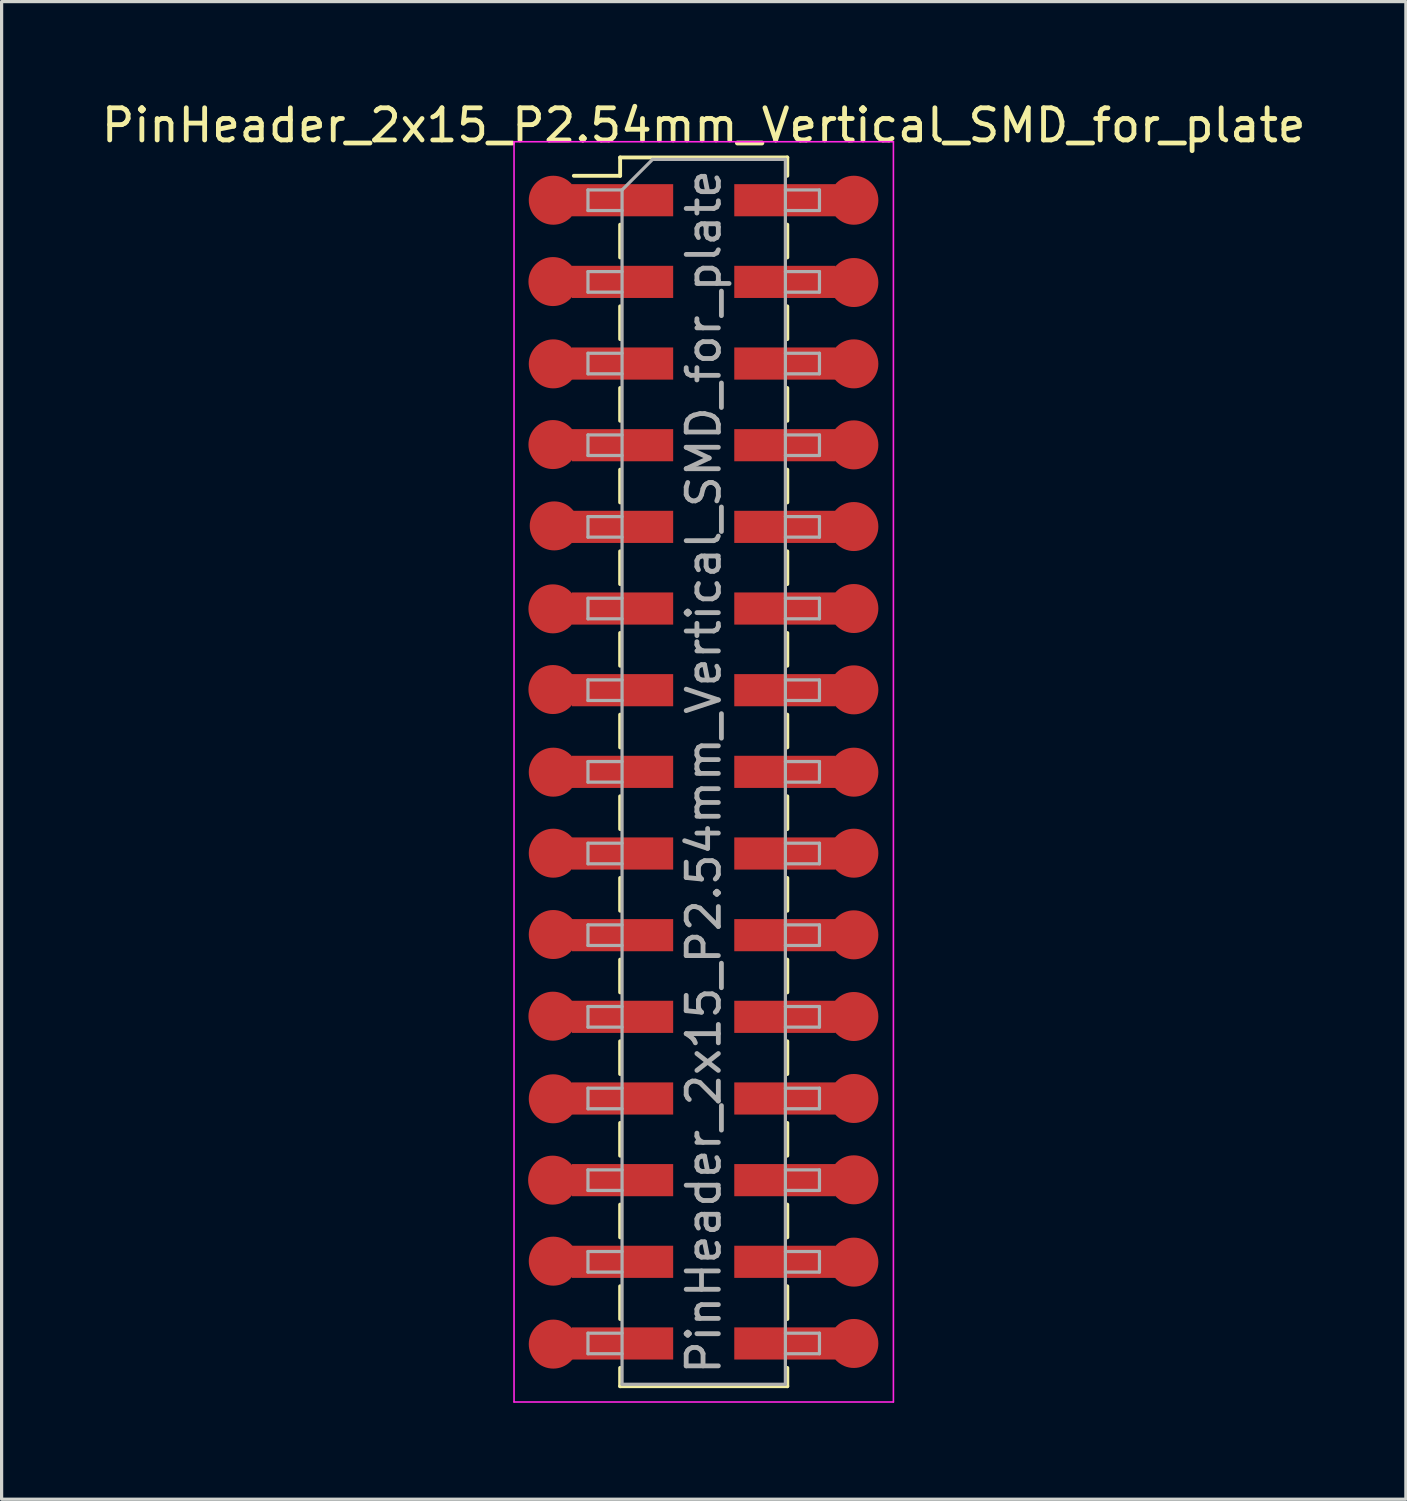
<source format=kicad_pcb>
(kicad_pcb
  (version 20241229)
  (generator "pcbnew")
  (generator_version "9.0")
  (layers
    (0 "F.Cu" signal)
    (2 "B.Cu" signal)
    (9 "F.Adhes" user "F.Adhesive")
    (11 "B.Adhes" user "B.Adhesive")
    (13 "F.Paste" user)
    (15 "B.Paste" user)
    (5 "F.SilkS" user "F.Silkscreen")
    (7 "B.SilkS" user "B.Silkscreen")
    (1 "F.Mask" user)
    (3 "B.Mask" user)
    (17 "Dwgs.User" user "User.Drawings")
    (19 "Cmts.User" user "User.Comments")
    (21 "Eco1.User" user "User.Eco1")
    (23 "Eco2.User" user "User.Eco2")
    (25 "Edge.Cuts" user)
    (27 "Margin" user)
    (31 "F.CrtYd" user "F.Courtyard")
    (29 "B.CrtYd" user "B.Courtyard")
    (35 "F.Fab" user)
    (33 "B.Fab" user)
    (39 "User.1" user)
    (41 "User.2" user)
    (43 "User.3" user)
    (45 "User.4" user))
  (footprint "PinHeader_2x15_P2.54mm_Vertical_SMD_for_plate"
    (layer "F.Cu")
    (at 18.839 20.958)
    (property "Reference" "PinHeader_2x15_P2.54mm_Vertical_SMD_for_plate" (at 0 -20.11 0) (layer "F.SilkS") (effects (font (size 1 1) (thickness 0.15))))
    (attr smd)
    (fp_line (start -4.04 -18.54) (end -2.6 -18.54) (stroke (width 0.12) (type solid)) (layer "F.SilkS"))
    (fp_line (start -2.6 -19.11) (end -2.6 -18.54) (stroke (width 0.12) (type solid)) (layer "F.SilkS"))
    (fp_line (start -2.6 -19.11) (end 2.6 -19.11) (stroke (width 0.12) (type solid)) (layer "F.SilkS"))
    (fp_line (start -2.6 -17.02) (end -2.6 -16) (stroke (width 0.12) (type solid)) (layer "F.SilkS"))
    (fp_line (start -2.6 -14.48) (end -2.6 -13.46) (stroke (width 0.12) (type solid)) (layer "F.SilkS"))
    (fp_line (start -2.6 -11.94) (end -2.6 -10.92) (stroke (width 0.12) (type solid)) (layer "F.SilkS"))
    (fp_line (start -2.6 -9.4) (end -2.6 -8.38) (stroke (width 0.12) (type solid)) (layer "F.SilkS"))
    (fp_line (start -2.6 -6.86) (end -2.6 -5.84) (stroke (width 0.12) (type solid)) (layer "F.SilkS"))
    (fp_line (start -2.6 -4.32) (end -2.6 -3.3) (stroke (width 0.12) (type solid)) (layer "F.SilkS"))
    (fp_line (start -2.6 -1.78) (end -2.6 -0.76) (stroke (width 0.12) (type solid)) (layer "F.SilkS"))
    (fp_line (start -2.6 0.76) (end -2.6 1.78) (stroke (width 0.12) (type solid)) (layer "F.SilkS"))
    (fp_line (start -2.6 3.3) (end -2.6 4.32) (stroke (width 0.12) (type solid)) (layer "F.SilkS"))
    (fp_line (start -2.6 5.84) (end -2.6 6.86) (stroke (width 0.12) (type solid)) (layer "F.SilkS"))
    (fp_line (start -2.6 8.38) (end -2.6 9.4) (stroke (width 0.12) (type solid)) (layer "F.SilkS"))
    (fp_line (start -2.6 10.92) (end -2.6 11.94) (stroke (width 0.12) (type solid)) (layer "F.SilkS"))
    (fp_line (start -2.6 13.46) (end -2.6 14.48) (stroke (width 0.12) (type solid)) (layer "F.SilkS"))
    (fp_line (start -2.6 16) (end -2.6 17.02) (stroke (width 0.12) (type solid)) (layer "F.SilkS"))
    (fp_line (start -2.6 18.54) (end -2.6 19.11) (stroke (width 0.12) (type solid)) (layer "F.SilkS"))
    (fp_line (start -2.6 19.11) (end 2.6 19.11) (stroke (width 0.12) (type solid)) (layer "F.SilkS"))
    (fp_line (start 2.6 -19.11) (end 2.6 -18.54) (stroke (width 0.12) (type solid)) (layer "F.SilkS"))
    (fp_line (start 2.6 -17.02) (end 2.6 -16) (stroke (width 0.12) (type solid)) (layer "F.SilkS"))
    (fp_line (start 2.6 -14.48) (end 2.6 -13.46) (stroke (width 0.12) (type solid)) (layer "F.SilkS"))
    (fp_line (start 2.6 -11.94) (end 2.6 -10.92) (stroke (width 0.12) (type solid)) (layer "F.SilkS"))
    (fp_line (start 2.6 -9.4) (end 2.6 -8.38) (stroke (width 0.12) (type solid)) (layer "F.SilkS"))
    (fp_line (start 2.6 -6.86) (end 2.6 -5.84) (stroke (width 0.12) (type solid)) (layer "F.SilkS"))
    (fp_line (start 2.6 -4.32) (end 2.6 -3.3) (stroke (width 0.12) (type solid)) (layer "F.SilkS"))
    (fp_line (start 2.6 -1.78) (end 2.6 -0.76) (stroke (width 0.12) (type solid)) (layer "F.SilkS"))
    (fp_line (start 2.6 0.76) (end 2.6 1.78) (stroke (width 0.12) (type solid)) (layer "F.SilkS"))
    (fp_line (start 2.6 3.3) (end 2.6 4.32) (stroke (width 0.12) (type solid)) (layer "F.SilkS"))
    (fp_line (start 2.6 5.84) (end 2.6 6.86) (stroke (width 0.12) (type solid)) (layer "F.SilkS"))
    (fp_line (start 2.6 8.38) (end 2.6 9.4) (stroke (width 0.12) (type solid)) (layer "F.SilkS"))
    (fp_line (start 2.6 10.92) (end 2.6 11.94) (stroke (width 0.12) (type solid)) (layer "F.SilkS"))
    (fp_line (start 2.6 13.46) (end 2.6 14.48) (stroke (width 0.12) (type solid)) (layer "F.SilkS"))
    (fp_line (start 2.6 16) (end 2.6 17.02) (stroke (width 0.12) (type solid)) (layer "F.SilkS"))
    (fp_line (start 2.6 18.54) (end 2.6 19.11) (stroke (width 0.12) (type solid)) (layer "F.SilkS"))
    (fp_line (start -5.9 -19.6) (end -5.9 19.6) (stroke (width 0.05) (type solid)) (layer "F.CrtYd"))
    (fp_line (start -5.9 19.6) (end 5.9 19.6) (stroke (width 0.05) (type solid)) (layer "F.CrtYd"))
    (fp_line (start 5.9 -19.6) (end -5.9 -19.6) (stroke (width 0.05) (type solid)) (layer "F.CrtYd"))
    (fp_line (start 5.9 19.6) (end 5.9 -19.6) (stroke (width 0.05) (type solid)) (layer "F.CrtYd"))
    (fp_line (start -3.6 -18.1) (end -3.6 -17.46) (stroke (width 0.1) (type solid)) (layer "F.Fab"))
    (fp_line (start -3.6 -17.46) (end -2.54 -17.46) (stroke (width 0.1) (type solid)) (layer "F.Fab"))
    (fp_line (start -3.6 -15.56) (end -3.6 -14.92) (stroke (width 0.1) (type solid)) (layer "F.Fab"))
    (fp_line (start -3.6 -14.92) (end -2.54 -14.92) (stroke (width 0.1) (type solid)) (layer "F.Fab"))
    (fp_line (start -3.6 -13.02) (end -3.6 -12.38) (stroke (width 0.1) (type solid)) (layer "F.Fab"))
    (fp_line (start -3.6 -12.38) (end -2.54 -12.38) (stroke (width 0.1) (type solid)) (layer "F.Fab"))
    (fp_line (start -3.6 -10.48) (end -3.6 -9.84) (stroke (width 0.1) (type solid)) (layer "F.Fab"))
    (fp_line (start -3.6 -9.84) (end -2.54 -9.84) (stroke (width 0.1) (type solid)) (layer "F.Fab"))
    (fp_line (start -3.6 -7.94) (end -3.6 -7.3) (stroke (width 0.1) (type solid)) (layer "F.Fab"))
    (fp_line (start -3.6 -7.3) (end -2.54 -7.3) (stroke (width 0.1) (type solid)) (layer "F.Fab"))
    (fp_line (start -3.6 -5.4) (end -3.6 -4.76) (stroke (width 0.1) (type solid)) (layer "F.Fab"))
    (fp_line (start -3.6 -4.76) (end -2.54 -4.76) (stroke (width 0.1) (type solid)) (layer "F.Fab"))
    (fp_line (start -3.6 -2.86) (end -3.6 -2.22) (stroke (width 0.1) (type solid)) (layer "F.Fab"))
    (fp_line (start -3.6 -2.22) (end -2.54 -2.22) (stroke (width 0.1) (type solid)) (layer "F.Fab"))
    (fp_line (start -3.6 -0.32) (end -3.6 0.32) (stroke (width 0.1) (type solid)) (layer "F.Fab"))
    (fp_line (start -3.6 0.32) (end -2.54 0.32) (stroke (width 0.1) (type solid)) (layer "F.Fab"))
    (fp_line (start -3.6 2.22) (end -3.6 2.86) (stroke (width 0.1) (type solid)) (layer "F.Fab"))
    (fp_line (start -3.6 2.86) (end -2.54 2.86) (stroke (width 0.1) (type solid)) (layer "F.Fab"))
    (fp_line (start -3.6 4.76) (end -3.6 5.4) (stroke (width 0.1) (type solid)) (layer "F.Fab"))
    (fp_line (start -3.6 5.4) (end -2.54 5.4) (stroke (width 0.1) (type solid)) (layer "F.Fab"))
    (fp_line (start -3.6 7.3) (end -3.6 7.94) (stroke (width 0.1) (type solid)) (layer "F.Fab"))
    (fp_line (start -3.6 7.94) (end -2.54 7.94) (stroke (width 0.1) (type solid)) (layer "F.Fab"))
    (fp_line (start -3.6 9.84) (end -3.6 10.48) (stroke (width 0.1) (type solid)) (layer "F.Fab"))
    (fp_line (start -3.6 10.48) (end -2.54 10.48) (stroke (width 0.1) (type solid)) (layer "F.Fab"))
    (fp_line (start -3.6 12.38) (end -3.6 13.02) (stroke (width 0.1) (type solid)) (layer "F.Fab"))
    (fp_line (start -3.6 13.02) (end -2.54 13.02) (stroke (width 0.1) (type solid)) (layer "F.Fab"))
    (fp_line (start -3.6 14.92) (end -3.6 15.56) (stroke (width 0.1) (type solid)) (layer "F.Fab"))
    (fp_line (start -3.6 15.56) (end -2.54 15.56) (stroke (width 0.1) (type solid)) (layer "F.Fab"))
    (fp_line (start -3.6 17.46) (end -3.6 18.1) (stroke (width 0.1) (type solid)) (layer "F.Fab"))
    (fp_line (start -3.6 18.1) (end -2.54 18.1) (stroke (width 0.1) (type solid)) (layer "F.Fab"))
    (fp_line (start -2.54 -18.1) (end -3.6 -18.1) (stroke (width 0.1) (type solid)) (layer "F.Fab"))
    (fp_line (start -2.54 -18.1) (end -1.59 -19.05) (stroke (width 0.1) (type solid)) (layer "F.Fab"))
    (fp_line (start -2.54 -15.56) (end -3.6 -15.56) (stroke (width 0.1) (type solid)) (layer "F.Fab"))
    (fp_line (start -2.54 -13.02) (end -3.6 -13.02) (stroke (width 0.1) (type solid)) (layer "F.Fab"))
    (fp_line (start -2.54 -10.48) (end -3.6 -10.48) (stroke (width 0.1) (type solid)) (layer "F.Fab"))
    (fp_line (start -2.54 -7.94) (end -3.6 -7.94) (stroke (width 0.1) (type solid)) (layer "F.Fab"))
    (fp_line (start -2.54 -5.4) (end -3.6 -5.4) (stroke (width 0.1) (type solid)) (layer "F.Fab"))
    (fp_line (start -2.54 -2.86) (end -3.6 -2.86) (stroke (width 0.1) (type solid)) (layer "F.Fab"))
    (fp_line (start -2.54 -0.32) (end -3.6 -0.32) (stroke (width 0.1) (type solid)) (layer "F.Fab"))
    (fp_line (start -2.54 2.22) (end -3.6 2.22) (stroke (width 0.1) (type solid)) (layer "F.Fab"))
    (fp_line (start -2.54 4.76) (end -3.6 4.76) (stroke (width 0.1) (type solid)) (layer "F.Fab"))
    (fp_line (start -2.54 7.3) (end -3.6 7.3) (stroke (width 0.1) (type solid)) (layer "F.Fab"))
    (fp_line (start -2.54 9.84) (end -3.6 9.84) (stroke (width 0.1) (type solid)) (layer "F.Fab"))
    (fp_line (start -2.54 12.38) (end -3.6 12.38) (stroke (width 0.1) (type solid)) (layer "F.Fab"))
    (fp_line (start -2.54 14.92) (end -3.6 14.92) (stroke (width 0.1) (type solid)) (layer "F.Fab"))
    (fp_line (start -2.54 17.46) (end -3.6 17.46) (stroke (width 0.1) (type solid)) (layer "F.Fab"))
    (fp_line (start -2.54 19.05) (end -2.54 -18.1) (stroke (width 0.1) (type solid)) (layer "F.Fab"))
    (fp_line (start -1.59 -19.05) (end 2.54 -19.05) (stroke (width 0.1) (type solid)) (layer "F.Fab"))
    (fp_line (start 2.54 -19.05) (end 2.54 19.05) (stroke (width 0.1) (type solid)) (layer "F.Fab"))
    (fp_line (start 2.54 -18.1) (end 3.6 -18.1) (stroke (width 0.1) (type solid)) (layer "F.Fab"))
    (fp_line (start 2.54 -15.56) (end 3.6 -15.56) (stroke (width 0.1) (type solid)) (layer "F.Fab"))
    (fp_line (start 2.54 -13.02) (end 3.6 -13.02) (stroke (width 0.1) (type solid)) (layer "F.Fab"))
    (fp_line (start 2.54 -10.48) (end 3.6 -10.48) (stroke (width 0.1) (type solid)) (layer "F.Fab"))
    (fp_line (start 2.54 -7.94) (end 3.6 -7.94) (stroke (width 0.1) (type solid)) (layer "F.Fab"))
    (fp_line (start 2.54 -5.4) (end 3.6 -5.4) (stroke (width 0.1) (type solid)) (layer "F.Fab"))
    (fp_line (start 2.54 -2.86) (end 3.6 -2.86) (stroke (width 0.1) (type solid)) (layer "F.Fab"))
    (fp_line (start 2.54 -0.32) (end 3.6 -0.32) (stroke (width 0.1) (type solid)) (layer "F.Fab"))
    (fp_line (start 2.54 2.22) (end 3.6 2.22) (stroke (width 0.1) (type solid)) (layer "F.Fab"))
    (fp_line (start 2.54 4.76) (end 3.6 4.76) (stroke (width 0.1) (type solid)) (layer "F.Fab"))
    (fp_line (start 2.54 7.3) (end 3.6 7.3) (stroke (width 0.1) (type solid)) (layer "F.Fab"))
    (fp_line (start 2.54 9.84) (end 3.6 9.84) (stroke (width 0.1) (type solid)) (layer "F.Fab"))
    (fp_line (start 2.54 12.38) (end 3.6 12.38) (stroke (width 0.1) (type solid)) (layer "F.Fab"))
    (fp_line (start 2.54 14.92) (end 3.6 14.92) (stroke (width 0.1) (type solid)) (layer "F.Fab"))
    (fp_line (start 2.54 17.46) (end 3.6 17.46) (stroke (width 0.1) (type solid)) (layer "F.Fab"))
    (fp_line (start 2.54 19.05) (end -2.54 19.05) (stroke (width 0.1) (type solid)) (layer "F.Fab"))
    (fp_line (start 3.6 -18.1) (end 3.6 -17.46) (stroke (width 0.1) (type solid)) (layer "F.Fab"))
    (fp_line (start 3.6 -17.46) (end 2.54 -17.46) (stroke (width 0.1) (type solid)) (layer "F.Fab"))
    (fp_line (start 3.6 -15.56) (end 3.6 -14.92) (stroke (width 0.1) (type solid)) (layer "F.Fab"))
    (fp_line (start 3.6 -14.92) (end 2.54 -14.92) (stroke (width 0.1) (type solid)) (layer "F.Fab"))
    (fp_line (start 3.6 -13.02) (end 3.6 -12.38) (stroke (width 0.1) (type solid)) (layer "F.Fab"))
    (fp_line (start 3.6 -12.38) (end 2.54 -12.38) (stroke (width 0.1) (type solid)) (layer "F.Fab"))
    (fp_line (start 3.6 -10.48) (end 3.6 -9.84) (stroke (width 0.1) (type solid)) (layer "F.Fab"))
    (fp_line (start 3.6 -9.84) (end 2.54 -9.84) (stroke (width 0.1) (type solid)) (layer "F.Fab"))
    (fp_line (start 3.6 -7.94) (end 3.6 -7.3) (stroke (width 0.1) (type solid)) (layer "F.Fab"))
    (fp_line (start 3.6 -7.3) (end 2.54 -7.3) (stroke (width 0.1) (type solid)) (layer "F.Fab"))
    (fp_line (start 3.6 -5.4) (end 3.6 -4.76) (stroke (width 0.1) (type solid)) (layer "F.Fab"))
    (fp_line (start 3.6 -4.76) (end 2.54 -4.76) (stroke (width 0.1) (type solid)) (layer "F.Fab"))
    (fp_line (start 3.6 -2.86) (end 3.6 -2.22) (stroke (width 0.1) (type solid)) (layer "F.Fab"))
    (fp_line (start 3.6 -2.22) (end 2.54 -2.22) (stroke (width 0.1) (type solid)) (layer "F.Fab"))
    (fp_line (start 3.6 -0.32) (end 3.6 0.32) (stroke (width 0.1) (type solid)) (layer "F.Fab"))
    (fp_line (start 3.6 0.32) (end 2.54 0.32) (stroke (width 0.1) (type solid)) (layer "F.Fab"))
    (fp_line (start 3.6 2.22) (end 3.6 2.86) (stroke (width 0.1) (type solid)) (layer "F.Fab"))
    (fp_line (start 3.6 2.86) (end 2.54 2.86) (stroke (width 0.1) (type solid)) (layer "F.Fab"))
    (fp_line (start 3.6 4.76) (end 3.6 5.4) (stroke (width 0.1) (type solid)) (layer "F.Fab"))
    (fp_line (start 3.6 5.4) (end 2.54 5.4) (stroke (width 0.1) (type solid)) (layer "F.Fab"))
    (fp_line (start 3.6 7.3) (end 3.6 7.94) (stroke (width 0.1) (type solid)) (layer "F.Fab"))
    (fp_line (start 3.6 7.94) (end 2.54 7.94) (stroke (width 0.1) (type solid)) (layer "F.Fab"))
    (fp_line (start 3.6 9.84) (end 3.6 10.48) (stroke (width 0.1) (type solid)) (layer "F.Fab"))
    (fp_line (start 3.6 10.48) (end 2.54 10.48) (stroke (width 0.1) (type solid)) (layer "F.Fab"))
    (fp_line (start 3.6 12.38) (end 3.6 13.02) (stroke (width 0.1) (type solid)) (layer "F.Fab"))
    (fp_line (start 3.6 13.02) (end 2.54 13.02) (stroke (width 0.1) (type solid)) (layer "F.Fab"))
    (fp_line (start 3.6 14.92) (end 3.6 15.56) (stroke (width 0.1) (type solid)) (layer "F.Fab"))
    (fp_line (start 3.6 15.56) (end 2.54 15.56) (stroke (width 0.1) (type solid)) (layer "F.Fab"))
    (fp_line (start 3.6 17.46) (end 3.6 18.1) (stroke (width 0.1) (type solid)) (layer "F.Fab"))
    (fp_line (start 3.6 18.1) (end 2.54 18.1) (stroke (width 0.1) (type solid)) (layer "F.Fab"))
    (fp_text user "${REFERENCE}" (at 0 0 90) (layer "F.Fab") (effects (font (size 1 1) (thickness 0.15))))
    (pad "1" smd circle (at -4.68 -17.78) (size 1.524 1.524) (layers "F.Cu" "F.Mask" "F.Paste"))
    (pad "1" smd rect (at -2.525 -17.78) (size 3.15 1) (layers "F.Cu" "F.Mask" "F.Paste"))
    (pad "2" smd rect (at 2.525 -17.78) (size 3.15 1) (layers "F.Cu" "F.Mask" "F.Paste"))
    (pad "2" smd circle (at 4.67 -17.78) (size 1.524 1.524) (layers "F.Cu" "F.Mask" "F.Paste"))
    (pad "3" smd circle (at -4.69 -15.25) (size 1.524 1.524) (layers "F.Cu" "F.Mask" "F.Paste"))
    (pad "3" smd rect (at -2.525 -15.24) (size 3.15 1) (layers "F.Cu" "F.Mask" "F.Paste"))
    (pad "4" smd rect (at 2.525 -15.24) (size 3.15 1) (layers "F.Cu" "F.Mask" "F.Paste"))
    (pad "4" smd circle (at 4.67 -15.22) (size 1.524 1.524) (layers "F.Cu" "F.Mask" "F.Paste"))
    (pad "5" smd circle (at -4.68 -12.69) (size 1.524 1.524) (layers "F.Cu" "F.Mask" "F.Paste"))
    (pad "5" smd rect (at -2.525 -12.7) (size 3.15 1) (layers "F.Cu" "F.Mask" "F.Paste"))
    (pad "6" smd rect (at 2.525 -12.7) (size 3.15 1) (layers "F.Cu" "F.Mask" "F.Paste"))
    (pad "6" smd circle (at 4.67 -12.69) (size 1.524 1.524) (layers "F.Cu" "F.Mask" "F.Paste"))
    (pad "7" smd circle (at -4.69 -10.18) (size 1.524 1.524) (layers "F.Cu" "F.Mask" "F.Paste"))
    (pad "7" smd rect (at -2.525 -10.16) (size 3.15 1) (layers "F.Cu" "F.Mask" "F.Paste"))
    (pad "8" smd rect (at 2.525 -10.16) (size 3.15 1) (layers "F.Cu" "F.Mask" "F.Paste"))
    (pad "8" smd circle (at 4.67 -10.17) (size 1.524 1.524) (layers "F.Cu" "F.Mask" "F.Paste"))
    (pad "9" smd circle (at -4.65 -7.65) (size 1.524 1.524) (layers "F.Cu" "F.Mask" "F.Paste"))
    (pad "9" smd rect (at -2.525 -7.62) (size 3.15 1) (layers "F.Cu" "F.Mask" "F.Paste"))
    (pad "10" smd rect (at 2.525 -7.62) (size 3.15 1) (layers "F.Cu" "F.Mask" "F.Paste"))
    (pad "10" smd circle (at 4.67 -7.63) (size 1.524 1.524) (layers "F.Cu" "F.Mask" "F.Paste"))
    (pad "11" smd circle (at -4.69 -5.07) (size 1.524 1.524) (layers "F.Cu" "F.Mask" "F.Paste"))
    (pad "11" smd rect (at -2.525 -5.08) (size 3.15 1) (layers "F.Cu" "F.Mask" "F.Paste"))
    (pad "12" smd rect (at 2.525 -5.08) (size 3.15 1) (layers "F.Cu" "F.Mask" "F.Paste"))
    (pad "12" smd circle (at 4.67 -5.08) (size 1.524 1.524) (layers "F.Cu" "F.Mask" "F.Paste"))
    (pad "13" smd circle (at -4.69 -2.56) (size 1.524 1.524) (layers "F.Cu" "F.Mask" "F.Paste"))
    (pad "13" smd rect (at -2.525 -2.54) (size 3.15 1) (layers "F.Cu" "F.Mask" "F.Paste"))
    (pad "14" smd rect (at 2.525 -2.54) (size 3.15 1) (layers "F.Cu" "F.Mask" "F.Paste"))
    (pad "14" smd circle (at 4.67 -2.55) (size 1.524 1.524) (layers "F.Cu" "F.Mask" "F.Paste"))
    (pad "15" smd circle (at -4.68 0.01) (size 1.524 1.524) (layers "F.Cu" "F.Mask" "F.Paste"))
    (pad "15" smd rect (at -2.525 0) (size 3.15 1) (layers "F.Cu" "F.Mask" "F.Paste"))
    (pad "16" smd rect (at 2.525 0) (size 3.15 1) (layers "F.Cu" "F.Mask" "F.Paste"))
    (pad "16" smd circle (at 4.67 0.01) (size 1.524 1.524) (layers "F.Cu" "F.Mask" "F.Paste"))
    (pad "17" smd circle (at -4.68 2.53) (size 1.524 1.524) (layers "F.Cu" "F.Mask" "F.Paste"))
    (pad "17" smd rect (at -2.525 2.54) (size 3.15 1) (layers "F.Cu" "F.Mask" "F.Paste"))
    (pad "18" smd rect (at 2.525 2.54) (size 3.15 1) (layers "F.Cu" "F.Mask" "F.Paste"))
    (pad "18" smd circle (at 4.67 2.53) (size 1.524 1.524) (layers "F.Cu" "F.Mask" "F.Paste"))
    (pad "19" smd circle (at -4.68 5.06) (size 1.524 1.524) (layers "F.Cu" "F.Mask" "F.Paste"))
    (pad "19" smd rect (at -2.525 5.08) (size 3.15 1) (layers "F.Cu" "F.Mask" "F.Paste"))
    (pad "20" smd rect (at 2.525 5.08) (size 3.15 1) (layers "F.Cu" "F.Mask" "F.Paste"))
    (pad "20" smd circle (at 4.67 5.07) (size 1.524 1.524) (layers "F.Cu" "F.Mask" "F.Paste"))
    (pad "21" smd circle (at -4.69 7.6) (size 1.524 1.524) (layers "F.Cu" "F.Mask" "F.Paste"))
    (pad "21" smd rect (at -2.525 7.62) (size 3.15 1) (layers "F.Cu" "F.Mask" "F.Paste"))
    (pad "22" smd rect (at 2.525 7.62) (size 3.15 1) (layers "F.Cu" "F.Mask" "F.Paste"))
    (pad "22" smd circle (at 4.67 7.61) (size 1.524 1.524) (layers "F.Cu" "F.Mask" "F.Paste"))
    (pad "23" smd circle (at -4.68 10.17) (size 1.524 1.524) (layers "F.Cu" "F.Mask" "F.Paste"))
    (pad "23" smd rect (at -2.525 10.16) (size 3.15 1) (layers "F.Cu" "F.Mask" "F.Paste"))
    (pad "24" smd rect (at 2.525 10.16) (size 3.15 1) (layers "F.Cu" "F.Mask" "F.Paste"))
    (pad "24" smd circle (at 4.67 10.16 90) (size 1.524 1.524) (layers "F.Cu" "F.Mask" "F.Paste"))
    (pad "25" smd circle (at -4.7 12.7) (size 1.524 1.524) (layers "F.Cu" "F.Mask" "F.Paste"))
    (pad "25" smd rect (at -2.525 12.7) (size 3.15 1) (layers "F.Cu" "F.Mask" "F.Paste"))
    (pad "26" smd rect (at 2.525 12.7) (size 3.15 1) (layers "F.Cu" "F.Mask" "F.Paste"))
    (pad "26" smd circle (at 4.67 12.69) (size 1.524 1.524) (layers "F.Cu" "F.Mask" "F.Paste"))
    (pad "27" smd circle (at -4.68 15.22) (size 1.524 1.524) (layers "F.Cu" "F.Mask" "F.Paste"))
    (pad "27" smd rect (at -2.525 15.24) (size 3.15 1) (layers "F.Cu" "F.Mask" "F.Paste"))
    (pad "28" smd rect (at 2.525 15.24) (size 3.15 1) (layers "F.Cu" "F.Mask" "F.Paste"))
    (pad "28" smd circle (at 4.67 15.25) (size 1.524 1.524) (layers "F.Cu" "F.Mask" "F.Paste"))
    (pad "29" smd circle (at -4.68 17.8) (size 1.524 1.524) (layers "F.Cu" "F.Mask" "F.Paste"))
    (pad "29" smd rect (at -2.525 17.78) (size 3.15 1) (layers "F.Cu" "F.Mask" "F.Paste"))
    (pad "30" smd rect (at 2.525 17.78) (size 3.15 1) (layers "F.Cu" "F.Mask" "F.Paste"))
    (pad "30" smd circle (at 4.67 17.78) (size 1.524 1.524) (layers "F.Cu" "F.Mask" "F.Paste")))
  (gr_rect
    (start -3 -3)
    (end 40.679 43.583)
    (stroke (width 0.1) (type default))
    (fill no)
    (layer "Edge.Cuts")))
</source>
